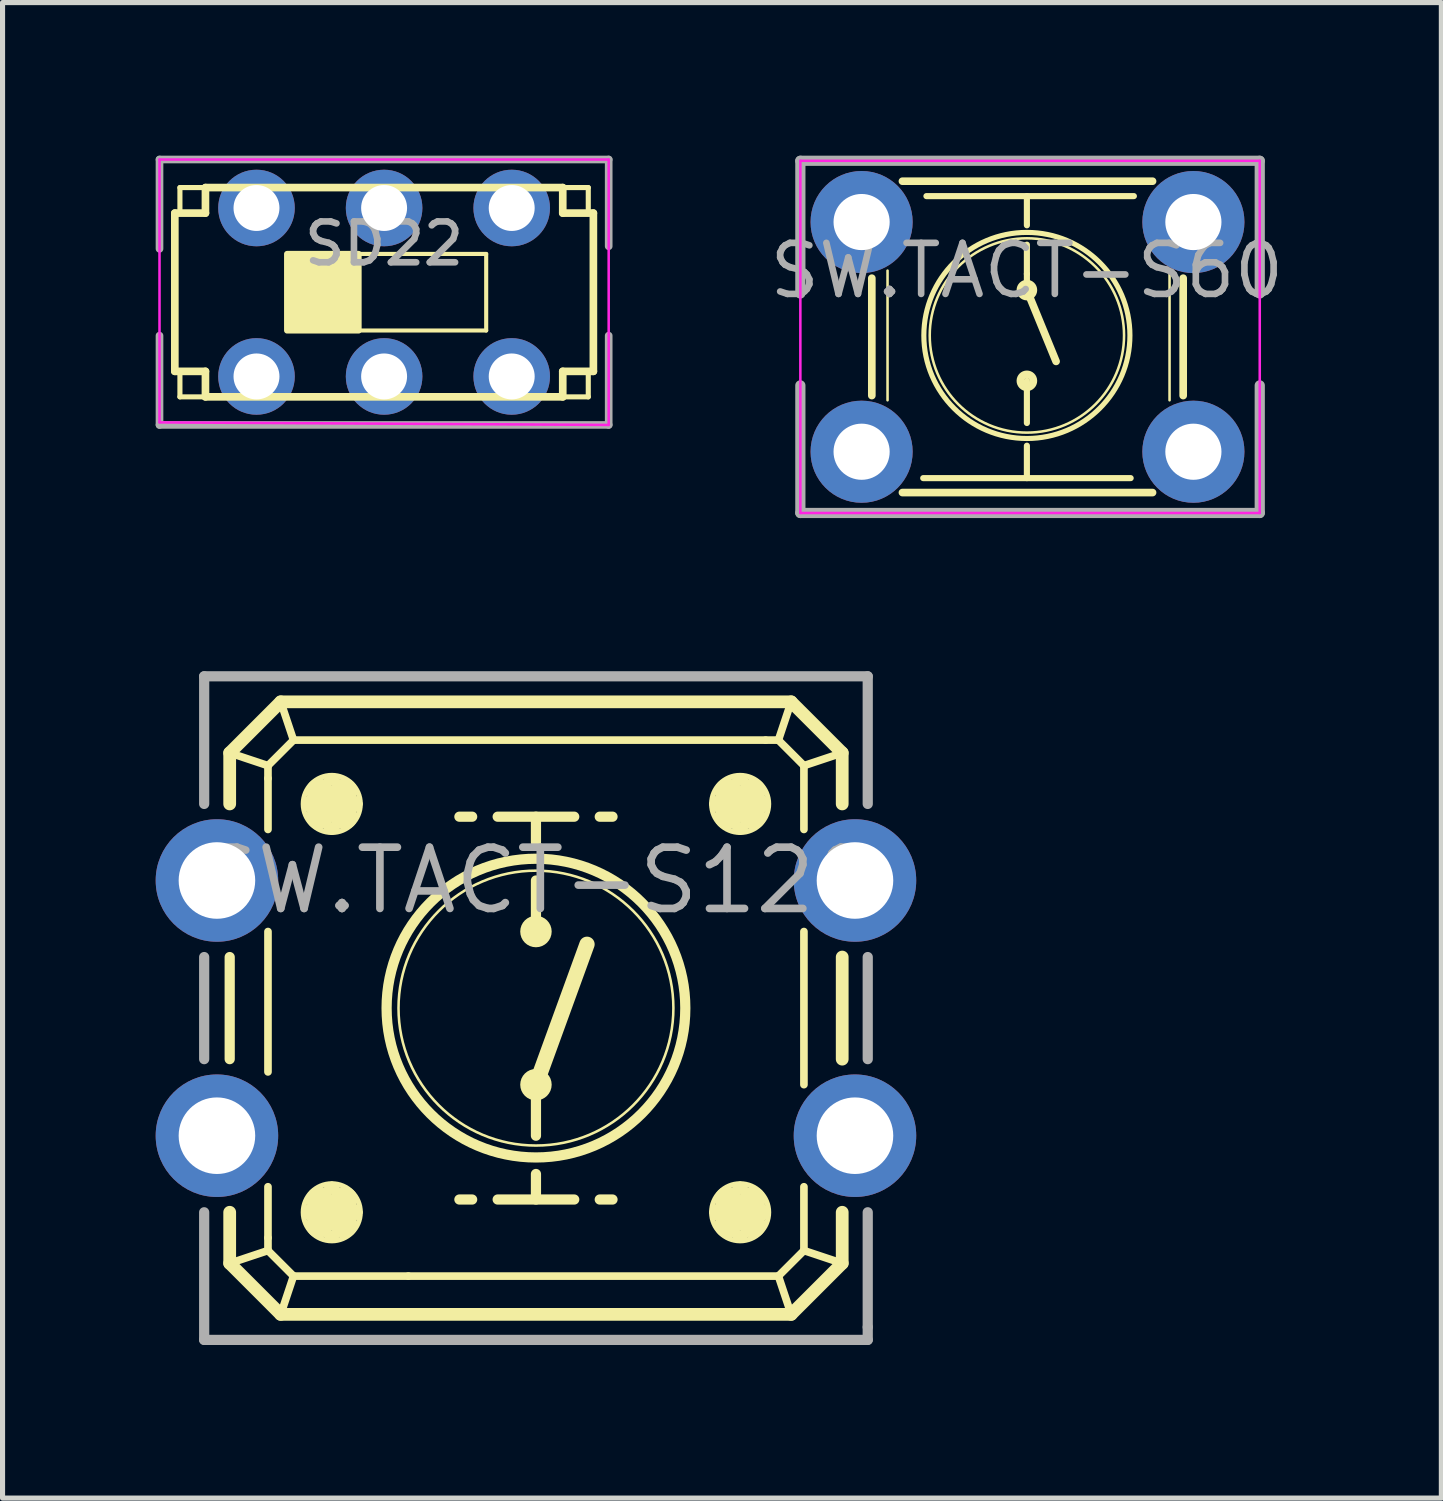
<source format=kicad_pcb>
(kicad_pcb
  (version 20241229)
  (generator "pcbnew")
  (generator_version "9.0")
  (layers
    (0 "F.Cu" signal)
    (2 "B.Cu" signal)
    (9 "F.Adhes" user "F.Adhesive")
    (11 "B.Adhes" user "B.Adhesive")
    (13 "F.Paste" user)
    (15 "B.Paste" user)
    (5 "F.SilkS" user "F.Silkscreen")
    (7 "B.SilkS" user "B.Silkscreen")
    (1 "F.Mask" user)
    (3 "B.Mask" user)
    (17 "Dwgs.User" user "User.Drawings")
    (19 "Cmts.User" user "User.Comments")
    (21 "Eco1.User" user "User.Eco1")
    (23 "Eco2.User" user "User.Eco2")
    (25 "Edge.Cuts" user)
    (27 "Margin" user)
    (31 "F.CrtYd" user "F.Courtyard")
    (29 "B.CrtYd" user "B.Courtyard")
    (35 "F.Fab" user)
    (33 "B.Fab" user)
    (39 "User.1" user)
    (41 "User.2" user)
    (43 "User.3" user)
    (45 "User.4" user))
  (footprint "SD22"
    (layer "F.Cu")
    (at 4.475 2.675)
    (property "Reference" "SD22" (at 0 -0.95 0) (layer "F.Fab") (effects (font (size 0.8 0.8) (thickness 0.13))))
    (attr through_hole)
    (fp_line (start -4.1 -1.55) (end -4.1 1.55) (stroke (width 0.15) (type solid)) (layer "F.SilkS"))
    (fp_line (start -4.1 -1.55) (end -3.5 -1.55) (stroke (width 0.15) (type solid)) (layer "F.SilkS"))
    (fp_line (start -4.1 1.55) (end -3.5 1.55) (stroke (width 0.15) (type solid)) (layer "F.SilkS"))
    (fp_line (start -4 -2.05) (end -3.5 -2.05) (stroke (width 0.1) (type solid)) (layer "F.SilkS"))
    (fp_line (start -4 -1.55) (end -4 -2.05) (stroke (width 0.1) (type solid)) (layer "F.SilkS"))
    (fp_line (start -4 1.55) (end -4 2.05) (stroke (width 0.1) (type solid)) (layer "F.SilkS"))
    (fp_line (start -4 2.05) (end -3.5 2.05) (stroke (width 0.1) (type solid)) (layer "F.SilkS"))
    (fp_line (start -3.5 -2.05) (end -3.5 -1.55) (stroke (width 0.15) (type solid)) (layer "F.SilkS"))
    (fp_line (start -3.5 -2.05) (end 3.5 -2.05) (stroke (width 0.15) (type solid)) (layer "F.SilkS"))
    (fp_line (start -3.5 2.05) (end -3.5 1.55) (stroke (width 0.15) (type solid)) (layer "F.SilkS"))
    (fp_line (start -3.5 2.05) (end 3.5 2.05) (stroke (width 0.15) (type solid)) (layer "F.SilkS"))
    (fp_line (start -0.5 -0.75) (end 2 -0.75) (stroke (width 0.08) (type solid)) (layer "F.SilkS"))
    (fp_line (start 2 -0.75) (end 2 0.75) (stroke (width 0.08) (type solid)) (layer "F.SilkS"))
    (fp_line (start 2 0.75) (end -0.5 0.75) (stroke (width 0.08) (type solid)) (layer "F.SilkS"))
    (fp_line (start 3.5 -2.05) (end 3.5 -1.55) (stroke (width 0.15) (type solid)) (layer "F.SilkS"))
    (fp_line (start 3.5 -2.05) (end 4 -2.05) (stroke (width 0.1) (type solid)) (layer "F.SilkS"))
    (fp_line (start 3.5 -1.55) (end 4.1 -1.55) (stroke (width 0.15) (type solid)) (layer "F.SilkS"))
    (fp_line (start 3.5 1.55) (end 3.5 2.05) (stroke (width 0.15) (type solid)) (layer "F.SilkS"))
    (fp_line (start 3.5 1.55) (end 4.1 1.55) (stroke (width 0.15) (type solid)) (layer "F.SilkS"))
    (fp_line (start 4 -2.05) (end 4 -1.55) (stroke (width 0.1) (type solid)) (layer "F.SilkS"))
    (fp_line (start 4 1.55) (end 4 2.05) (stroke (width 0.1) (type solid)) (layer "F.SilkS"))
    (fp_line (start 4 2.05) (end 3.5 2.05) (stroke (width 0.1) (type solid)) (layer "F.SilkS"))
    (fp_line (start 4.1 -1.55) (end 4.1 1.55) (stroke (width 0.15) (type solid)) (layer "F.SilkS"))
    (fp_poly (pts (xy -0.5 0.75) (xy -0.5 -0.75) (xy -1.9 -0.75) (xy -1.9 0.75)) (stroke (width 0.12) (type solid)) (fill yes) (layer "F.SilkS"))
    (fp_line (start -4.4 -2.6) (end -4.4 2.55) (stroke (width 0.05) (type solid)) (layer "F.CrtYd"))
    (fp_line (start -4.4 2.55) (end 4.4 2.6) (stroke (width 0.05) (type solid)) (layer "F.CrtYd"))
    (fp_line (start 4.4 -2.6) (end -4.4 -2.6) (stroke (width 0.05) (type solid)) (layer "F.CrtYd"))
    (fp_line (start 4.4 2.6) (end 4.4 -2.6) (stroke (width 0.05) (type solid)) (layer "F.CrtYd"))
    (fp_line (start -4.4 -2.6) (end -4.4 -0.85) (stroke (width 0.15) (type solid)) (layer "F.Fab"))
    (fp_line (start -4.4 -2.6) (end 4.4 -2.6) (stroke (width 0.15) (type solid)) (layer "F.Fab"))
    (fp_line (start -4.4 0.85) (end -4.4 2.6) (stroke (width 0.15) (type solid)) (layer "F.Fab"))
    (fp_line (start -4.4 2.6) (end 4.4 2.6) (stroke (width 0.15) (type solid)) (layer "F.Fab"))
    (fp_line (start 4.4 -2.6) (end 4.4 -0.9) (stroke (width 0.15) (type solid)) (layer "F.Fab"))
    (fp_line (start 4.4 0.85) (end 4.4 2.6) (stroke (width 0.15) (type solid)) (layer "F.Fab"))
    (pad "1" thru_hole circle (at -2.5 -1.65) (size 1.5 1.5) (drill 0.9) (layers "*.Cu" "*.Mask"))
    (pad "2" thru_hole circle (at 0 -1.65) (size 1.5 1.5) (drill 0.9) (layers "*.Cu" "*.Mask"))
    (pad "3" thru_hole circle (at 2.5 -1.65) (size 1.5 1.5) (drill 0.9) (layers "*.Cu" "*.Mask"))
    (pad "4" thru_hole circle (at -2.5 1.65) (size 1.5 1.5) (drill 0.9) (layers "*.Cu" "*.Mask"))
    (pad "5" thru_hole circle (at 0 1.65) (size 1.5 1.5) (drill 0.9) (layers "*.Cu" "*.Mask"))
    (pad "6" thru_hole circle (at 2.5 1.65) (size 1.5 1.5) (drill 0.9) (layers "*.Cu" "*.Mask")))
  (footprint "SW.TACT-S60"
    (layer "F.Cu")
    (at 17.055 3.5)
    (property "Reference" "SW.TACT-S60" (at 0.013 -1.248 0) (layer "F.Fab") (effects (font (size 1 1) (thickness 0.13))))
    (attr through_hole)
    (fp_line (start -3.025 -1.1) (end -3.025 1.2) (stroke (width 0.15) (type solid)) (layer "F.SilkS"))
    (fp_line (start -2.717 -1.248) (end -2.717 1.292) (stroke (width 0.05) (type solid)) (layer "F.SilkS"))
    (fp_line (start -2.425 3.1) (end 2.475 3.1) (stroke (width 0.15) (type solid)) (layer "F.SilkS"))
    (fp_line (start -2.018 2.817) (end 2.046 2.817) (stroke (width 0.12) (type solid)) (layer "F.SilkS"))
    (fp_line (start -1.955 -2.708) (end 2.109 -2.708) (stroke (width 0.12) (type solid)) (layer "F.SilkS"))
    (fp_line (start 0.013 -2.136) (end 0.013 -2.708) (stroke (width 0.12) (type solid)) (layer "F.SilkS"))
    (fp_line (start 0.013 -1.756) (end 0.013 -1.184) (stroke (width 0.12) (type solid)) (layer "F.SilkS"))
    (fp_line (start 0.013 -1.184) (end 0.013 -0.867) (stroke (width 0.12) (type solid)) (layer "F.SilkS"))
    (fp_line (start 0.013 -0.867) (end 0.585 0.53) (stroke (width 0.15) (type solid)) (layer "F.SilkS"))
    (fp_line (start 0.013 1.737) (end 0.013 0.911) (stroke (width 0.12) (type solid)) (layer "F.SilkS"))
    (fp_line (start 0.013 2.182) (end 0.013 2.817) (stroke (width 0.12) (type solid)) (layer "F.SilkS"))
    (fp_line (start 2.475 -3) (end -2.425 -3) (stroke (width 0.15) (type solid)) (layer "F.SilkS"))
    (fp_line (start 2.808 -1.184) (end 2.808 1.292) (stroke (width 0.05) (type solid)) (layer "F.SilkS"))
    (fp_line (start 3.075 -1.1) (end 3.075 1.2) (stroke (width 0.15) (type solid)) (layer "F.SilkS"))
    (fp_circle (center 0.013 -0.867) (end 0.013 -0.74) (stroke (width 0.15) (type solid)) (fill no) (layer "F.SilkS"))
    (fp_circle (center 0.013 0.022) (end 0.458 1.991) (stroke (width 0.1) (type solid)) (fill no) (layer "F.SilkS"))
    (fp_circle (center 0.013 0.022) (end 0.839 1.737) (stroke (width 0.05) (type solid)) (fill no) (layer "F.SilkS"))
    (fp_circle (center 0.013 0.911) (end 0.013 1.038) (stroke (width 0.15) (type solid)) (fill no) (layer "F.SilkS"))
    (fp_line (start -4.425 -3.4) (end 4.575 -3.4) (stroke (width 0.05) (type solid)) (layer "F.CrtYd"))
    (fp_line (start -4.425 3.5) (end -4.425 -3.4) (stroke (width 0.05) (type solid)) (layer "F.CrtYd"))
    (fp_line (start 4.575 -3.4) (end 4.575 3.5) (stroke (width 0.05) (type solid)) (layer "F.CrtYd"))
    (fp_line (start 4.575 3.5) (end -4.425 3.5) (stroke (width 0.05) (type solid)) (layer "F.CrtYd"))
    (fp_line (start -4.425 -3.4) (end 4.575 -3.4) (stroke (width 0.2) (type solid)) (layer "F.Fab"))
    (fp_line (start -4.425 -0.8) (end -4.425 -3.4) (stroke (width 0.2) (type solid)) (layer "F.Fab"))
    (fp_line (start -4.425 3.5) (end -4.425 1) (stroke (width 0.2) (type solid)) (layer "F.Fab"))
    (fp_line (start 4.575 -0.8) (end 4.575 -3.4) (stroke (width 0.2) (type solid)) (layer "F.Fab"))
    (fp_line (start 4.575 1) (end 4.575 3.5) (stroke (width 0.2) (type solid)) (layer "F.Fab"))
    (fp_line (start 4.575 3.5) (end -4.425 3.5) (stroke (width 0.2) (type solid)) (layer "F.Fab"))
    (pad "1" thru_hole circle (at -3.225 -2.2 90) (size 2 2) (drill 1.1) (layers "*.Cu" "*.Mask"))
    (pad "1" thru_hole circle (at 3.275 -2.2 90) (size 2 2) (drill 1.1) (layers "*.Cu" "*.Mask"))
    (pad "2" thru_hole circle (at -3.225 2.3 90) (size 2 2) (drill 1.1) (layers "*.Cu" "*.Mask"))
    (pad "2" thru_hole circle (at 3.275 2.3 90) (size 2 2) (drill 1.1) (layers "*.Cu" "*.Mask")))
  (footprint "SW.TACT-S120"
    (layer "F.Cu")
    (at 7.45 16.7)
    (property "Reference" "SW.TACT-S120" (at 0 -2.5 0) (layer "F.Fab") (effects (font (size 1.2 1.2) (thickness 0.15))))
    (attr through_hole)
    (fp_line (start -6 -5) (end -6 -4) (stroke (width 0.25) (type solid)) (layer "F.SilkS"))
    (fp_line (start -6 -5) (end -5.25 -4.75) (stroke (width 0.15) (type solid)) (layer "F.SilkS"))
    (fp_line (start -6 -5) (end -5 -6) (stroke (width 0.25) (type solid)) (layer "F.SilkS"))
    (fp_line (start -6 -1) (end -6 1) (stroke (width 0.2) (type solid)) (layer "F.SilkS"))
    (fp_line (start -6 5) (end -6 4) (stroke (width 0.25) (type solid)) (layer "F.SilkS"))
    (fp_line (start -6 5) (end -5.25 4.75) (stroke (width 0.15) (type solid)) (layer "F.SilkS"))
    (fp_line (start -6 5) (end -5 6) (stroke (width 0.25) (type solid)) (layer "F.SilkS"))
    (fp_line (start -5.25 -4.75) (end -4.75 -5.25) (stroke (width 0.15) (type solid)) (layer "F.SilkS"))
    (fp_line (start -5.25 -4.5) (end -5.25 -4.75) (stroke (width 0.15) (type solid)) (layer "F.SilkS"))
    (fp_line (start -5.25 -4.5) (end -5.25 -3.5) (stroke (width 0.15) (type solid)) (layer "F.SilkS"))
    (fp_line (start -5.25 -1.5) (end -5.25 1.25) (stroke (width 0.15) (type solid)) (layer "F.SilkS"))
    (fp_line (start -5.25 3.5) (end -5.25 4.5) (stroke (width 0.15) (type solid)) (layer "F.SilkS"))
    (fp_line (start -5.25 4.75) (end -5.25 4.5) (stroke (width 0.15) (type solid)) (layer "F.SilkS"))
    (fp_line (start -5.25 4.75) (end -4.75 5.25) (stroke (width 0.15) (type solid)) (layer "F.SilkS"))
    (fp_line (start -5 -6) (end 5 -6) (stroke (width 0.25) (type solid)) (layer "F.SilkS"))
    (fp_line (start -5 6) (end 5 6) (stroke (width 0.25) (type solid)) (layer "F.SilkS"))
    (fp_line (start -4.75 -5.25) (end -5 -6) (stroke (width 0.15) (type solid)) (layer "F.SilkS"))
    (fp_line (start -4.75 -5.25) (end 4.5 -5.25) (stroke (width 0.15) (type solid)) (layer "F.SilkS"))
    (fp_line (start -4.75 5.25) (end -5 6) (stroke (width 0.15) (type solid)) (layer "F.SilkS"))
    (fp_line (start -4.75 5.25) (end -2.5 5.25) (stroke (width 0.15) (type solid)) (layer "F.SilkS"))
    (fp_line (start -4.5 -4) (end -4 -3.5) (stroke (width 0.2) (type solid)) (layer "F.SilkS"))
    (fp_line (start -4.5 -4) (end -3.5 -4) (stroke (width 0.2) (type solid)) (layer "F.SilkS"))
    (fp_line (start -4.5 4) (end -4 4.5) (stroke (width 0.2) (type solid)) (layer "F.SilkS"))
    (fp_line (start -4.5 4) (end -3.5 4) (stroke (width 0.2) (type solid)) (layer "F.SilkS"))
    (fp_line (start -4.25 -3.75) (end -3.75 -4.25) (stroke (width 0.5) (type solid)) (layer "F.SilkS"))
    (fp_line (start -4.25 4.25) (end -3.75 3.75) (stroke (width 0.5) (type solid)) (layer "F.SilkS"))
    (fp_line (start -4 -4.5) (end -4.5 -4) (stroke (width 0.2) (type solid)) (layer "F.SilkS"))
    (fp_line (start -4 -3.5) (end -3.5 -4) (stroke (width 0.2) (type solid)) (layer "F.SilkS"))
    (fp_line (start -4 3.5) (end -4.5 4) (stroke (width 0.2) (type solid)) (layer "F.SilkS"))
    (fp_line (start -4 4.5) (end -3.5 4) (stroke (width 0.2) (type solid)) (layer "F.SilkS"))
    (fp_line (start -3.75 -3.75) (end -4.25 -4.25) (stroke (width 0.5) (type solid)) (layer "F.SilkS"))
    (fp_line (start -3.75 4.25) (end -4.25 3.75) (stroke (width 0.5) (type solid)) (layer "F.SilkS"))
    (fp_line (start -3.5 -4) (end -4 -4.5) (stroke (width 0.2) (type solid)) (layer "F.SilkS"))
    (fp_line (start -3.5 4) (end -4 3.5) (stroke (width 0.2) (type solid)) (layer "F.SilkS"))
    (fp_line (start -1.25 -3.75) (end -1.5 -3.75) (stroke (width 0.2) (type solid)) (layer "F.SilkS"))
    (fp_line (start -1.25 3.75) (end -1.5 3.75) (stroke (width 0.2) (type solid)) (layer "F.SilkS"))
    (fp_line (start -0.75 -3.75) (end 0.75 -3.75) (stroke (width 0.2) (type solid)) (layer "F.SilkS"))
    (fp_line (start -0.75 3.75) (end 0.75 3.75) (stroke (width 0.2) (type solid)) (layer "F.SilkS"))
    (fp_line (start 0 -3.25) (end 0 -3.75) (stroke (width 0.2) (type solid)) (layer "F.SilkS"))
    (fp_line (start 0 -1.5) (end 0 -2.5) (stroke (width 0.2) (type solid)) (layer "F.SilkS"))
    (fp_line (start 0 1.5) (end 1 -1.25) (stroke (width 0.3) (type solid)) (layer "F.SilkS"))
    (fp_line (start 0 2.5) (end 0 1.5) (stroke (width 0.2) (type solid)) (layer "F.SilkS"))
    (fp_line (start 0 3.75) (end 0 3.25) (stroke (width 0.2) (type solid)) (layer "F.SilkS"))
    (fp_line (start 1.25 -3.75) (end 1.5 -3.75) (stroke (width 0.2) (type solid)) (layer "F.SilkS"))
    (fp_line (start 1.25 3.75) (end 1.5 3.75) (stroke (width 0.2) (type solid)) (layer "F.SilkS"))
    (fp_line (start 3.5 -4) (end 4 -3.5) (stroke (width 0.2) (type solid)) (layer "F.SilkS"))
    (fp_line (start 3.5 -4) (end 4.5 -4) (stroke (width 0.2) (type solid)) (layer "F.SilkS"))
    (fp_line (start 3.5 4) (end 4 4.5) (stroke (width 0.2) (type solid)) (layer "F.SilkS"))
    (fp_line (start 3.5 4) (end 4.5 4) (stroke (width 0.2) (type solid)) (layer "F.SilkS"))
    (fp_line (start 3.75 -3.75) (end 4.25 -4.25) (stroke (width 0.5) (type solid)) (layer "F.SilkS"))
    (fp_line (start 3.75 4.25) (end 4.25 3.75) (stroke (width 0.5) (type solid)) (layer "F.SilkS"))
    (fp_line (start 4 -4.5) (end 3.5 -4) (stroke (width 0.2) (type solid)) (layer "F.SilkS"))
    (fp_line (start 4 -3.5) (end 4.5 -4) (stroke (width 0.2) (type solid)) (layer "F.SilkS"))
    (fp_line (start 4 3.5) (end 3.5 4) (stroke (width 0.2) (type solid)) (layer "F.SilkS"))
    (fp_line (start 4 4.5) (end 4.5 4) (stroke (width 0.2) (type solid)) (layer "F.SilkS"))
    (fp_line (start 4.25 -3.75) (end 3.75 -4.25) (stroke (width 0.5) (type solid)) (layer "F.SilkS"))
    (fp_line (start 4.25 4.25) (end 3.75 3.75) (stroke (width 0.5) (type solid)) (layer "F.SilkS"))
    (fp_line (start 4.5 -5.25) (end 4.75 -5.25) (stroke (width 0.15) (type solid)) (layer "F.SilkS"))
    (fp_line (start 4.5 -4) (end 4 -4.5) (stroke (width 0.2) (type solid)) (layer "F.SilkS"))
    (fp_line (start 4.5 4) (end 4 3.5) (stroke (width 0.2) (type solid)) (layer "F.SilkS"))
    (fp_line (start 4.75 -5.25) (end 5 -6) (stroke (width 0.15) (type solid)) (layer "F.SilkS"))
    (fp_line (start 4.75 -5.25) (end 5.25 -4.75) (stroke (width 0.15) (type solid)) (layer "F.SilkS"))
    (fp_line (start 4.75 5.25) (end -2.5 5.25) (stroke (width 0.15) (type solid)) (layer "F.SilkS"))
    (fp_line (start 4.75 5.25) (end 5.25 4.75) (stroke (width 0.15) (type solid)) (layer "F.SilkS"))
    (fp_line (start 5 6) (end 4.75 5.25) (stroke (width 0.15) (type solid)) (layer "F.SilkS"))
    (fp_line (start 5 6) (end 6 5) (stroke (width 0.25) (type solid)) (layer "F.SilkS"))
    (fp_line (start 5.25 -4.75) (end 5.25 -3.5) (stroke (width 0.15) (type solid)) (layer "F.SilkS"))
    (fp_line (start 5.25 -4.75) (end 6 -5) (stroke (width 0.15) (type solid)) (layer "F.SilkS"))
    (fp_line (start 5.25 -1.5) (end 5.25 1.5) (stroke (width 0.15) (type solid)) (layer "F.SilkS"))
    (fp_line (start 5.25 3.5) (end 5.25 4.75) (stroke (width 0.15) (type solid)) (layer "F.SilkS"))
    (fp_line (start 5.25 4.75) (end 6 5) (stroke (width 0.15) (type solid)) (layer "F.SilkS"))
    (fp_line (start 6 -5) (end 5 -6) (stroke (width 0.25) (type solid)) (layer "F.SilkS"))
    (fp_line (start 6 -5) (end 6 -4) (stroke (width 0.25) (type solid)) (layer "F.SilkS"))
    (fp_line (start 6 1) (end 6 -1) (stroke (width 0.25) (type solid)) (layer "F.SilkS"))
    (fp_line (start 6 5) (end 6 4) (stroke (width 0.25) (type solid)) (layer "F.SilkS"))
    (fp_circle (center -4 -4) (end -3.75 -3.5) (stroke (width 0.1) (type solid)) (fill no) (layer "F.SilkS"))
    (fp_circle (center -4 4) (end -3.75 4.5) (stroke (width 0.1) (type solid)) (fill no) (layer "F.SilkS"))
    (fp_circle (center 0 -1.5) (end 0.05 -1.35) (stroke (width 0.3) (type solid)) (fill no) (layer "F.SilkS"))
    (fp_circle (center 0 0) (end 1 2.5) (stroke (width 0.05) (type solid)) (fill no) (layer "F.SilkS"))
    (fp_circle (center 0 0) (end 1 2.75) (stroke (width 0.2) (type solid)) (fill no) (layer "F.SilkS"))
    (fp_circle (center 0 1.5) (end 0.05 1.65) (stroke (width 0.3) (type solid)) (fill no) (layer "F.SilkS"))
    (fp_circle (center 4 -4) (end 4.25 -3.5) (stroke (width 0.1) (type solid)) (fill no) (layer "F.SilkS"))
    (fp_circle (center 4 4) (end 4.25 4.5) (stroke (width 0.1) (type solid)) (fill no) (layer "F.SilkS"))
    (fp_line (start -6.5 -6.5) (end 6.5 -6.5) (stroke (width 0.2) (type solid)) (layer "F.Fab"))
    (fp_line (start -6.5 -4) (end -6.5 -6.5) (stroke (width 0.2) (type solid)) (layer "F.Fab"))
    (fp_line (start -6.5 1) (end -6.5 -1) (stroke (width 0.2) (type solid)) (layer "F.Fab"))
    (fp_line (start -6.5 6.5) (end -6.5 4) (stroke (width 0.2) (type solid)) (layer "F.Fab"))
    (fp_line (start 6.5 -6.5) (end 6.5 -4) (stroke (width 0.2) (type solid)) (layer "F.Fab"))
    (fp_line (start 6.5 -1) (end 6.5 1) (stroke (width 0.2) (type solid)) (layer "F.Fab"))
    (fp_line (start 6.5 4) (end 6.5 6.25) (stroke (width 0.2) (type solid)) (layer "F.Fab"))
    (fp_line (start 6.5 6.25) (end 6.5 6.5) (stroke (width 0.2) (type solid)) (layer "F.Fab"))
    (fp_line (start 6.5 6.5) (end -6.5 6.5) (stroke (width 0.2) (type solid)) (layer "F.Fab"))
    (pad "1" thru_hole circle (at -6.25 2.5) (size 2.4 2.4) (drill 1.5) (layers "*.Cu" "*.Mask"))
    (pad "1" thru_hole circle (at 6.25 2.5) (size 2.4 2.4) (drill 1.5) (layers "*.Cu" "*.Mask"))
    (pad "2" thru_hole circle (at -6.25 -2.5) (size 2.4 2.4) (drill 1.5) (layers "*.Cu" "*.Mask"))
    (pad "2" thru_hole circle (at 6.25 -2.5) (size 2.4 2.4) (drill 1.5) (layers "*.Cu" "*.Mask")))
  (gr_rect
    (start -3 -3)
    (end 25.188 26.3)
    (stroke (width 0.1) (type default))
    (fill no)
    (layer "Edge.Cuts")))
</source>
